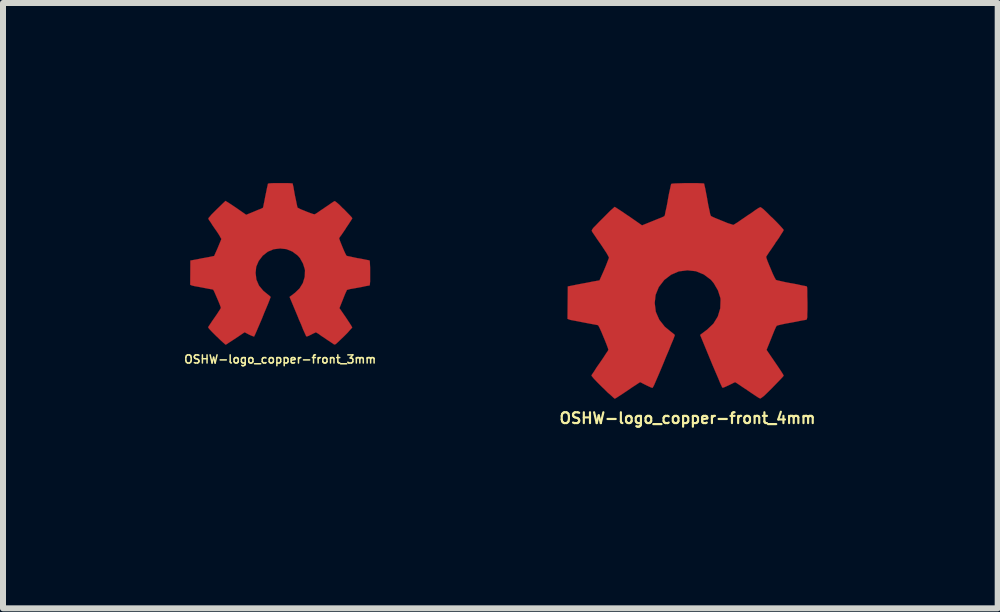
<source format=kicad_pcb>
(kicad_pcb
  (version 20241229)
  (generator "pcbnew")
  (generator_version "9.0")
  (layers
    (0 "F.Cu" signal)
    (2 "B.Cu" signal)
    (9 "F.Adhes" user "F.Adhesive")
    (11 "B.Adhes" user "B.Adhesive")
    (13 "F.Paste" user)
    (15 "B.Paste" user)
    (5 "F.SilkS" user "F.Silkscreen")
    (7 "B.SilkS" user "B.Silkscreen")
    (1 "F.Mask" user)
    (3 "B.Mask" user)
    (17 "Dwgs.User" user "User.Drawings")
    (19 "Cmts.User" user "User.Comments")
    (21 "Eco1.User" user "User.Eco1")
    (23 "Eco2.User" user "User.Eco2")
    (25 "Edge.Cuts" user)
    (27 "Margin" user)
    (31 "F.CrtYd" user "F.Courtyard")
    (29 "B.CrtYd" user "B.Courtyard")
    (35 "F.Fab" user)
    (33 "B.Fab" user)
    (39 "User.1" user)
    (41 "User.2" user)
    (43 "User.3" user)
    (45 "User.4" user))
  (footprint "OSHW-logo_copper-front_3mm"
    (layer "F.Cu")
    (at 1.618 1.347)
    (property "Reference" "OSHW-logo_copper-front_3mm" (at 0 1.59 0) (layer "F.SilkS") (effects (font (size 0.135 0.135) (thickness 0.025))))
    (attr through_hole)
    (fp_poly (pts (xy -0.909 1.346) (xy -0.892 1.339) (xy -0.859 1.316) (xy -0.808 1.283) (xy -0.749 1.245) (xy -0.688 1.204) (xy -0.64 1.171) (xy -0.605 1.148) (xy -0.592 1.14) (xy -0.584 1.143) (xy -0.556 1.158) (xy -0.516 1.179) (xy -0.49 1.191) (xy -0.452 1.206) (xy -0.434 1.212) (xy -0.432 1.206) (xy -0.417 1.176) (xy -0.396 1.128) (xy -0.368 1.062) (xy -0.335 0.986) (xy -0.3 0.904) (xy -0.267 0.82) (xy -0.234 0.742) (xy -0.203 0.668) (xy -0.18 0.61) (xy -0.165 0.569) (xy -0.157 0.551) (xy -0.16 0.549) (xy -0.178 0.531) (xy -0.211 0.505) (xy -0.282 0.447) (xy -0.353 0.361) (xy -0.396 0.262) (xy -0.409 0.15) (xy -0.399 0.048) (xy -0.358 -0.048) (xy -0.29 -0.137) (xy -0.206 -0.203) (xy -0.109 -0.244) (xy 0 -0.257) (xy 0.104 -0.246) (xy 0.203 -0.206) (xy 0.292 -0.14) (xy 0.33 -0.097) (xy 0.381 -0.005) (xy 0.411 0.089) (xy 0.414 0.112) (xy 0.409 0.218) (xy 0.378 0.32) (xy 0.323 0.409) (xy 0.246 0.483) (xy 0.236 0.49) (xy 0.201 0.518) (xy 0.175 0.536) (xy 0.157 0.551) (xy 0.292 0.874) (xy 0.312 0.925) (xy 0.351 1.013) (xy 0.381 1.09) (xy 0.409 1.151) (xy 0.427 1.191) (xy 0.434 1.206) (xy 0.447 1.209) (xy 0.47 1.201) (xy 0.516 1.179) (xy 0.546 1.163) (xy 0.579 1.148) (xy 0.594 1.14) (xy 0.61 1.148) (xy 0.643 1.168) (xy 0.688 1.201) (xy 0.747 1.24) (xy 0.803 1.278) (xy 0.853 1.311) (xy 0.889 1.336) (xy 0.907 1.344) (xy 0.909 1.344) (xy 0.927 1.336) (xy 0.955 1.311) (xy 0.998 1.27) (xy 1.062 1.209) (xy 1.072 1.199) (xy 1.123 1.148) (xy 1.163 1.102) (xy 1.191 1.072) (xy 1.201 1.059) (xy 1.191 1.041) (xy 1.168 1.003) (xy 1.135 0.953) (xy 1.095 0.892) (xy 0.988 0.737) (xy 1.046 0.592) (xy 1.064 0.546) (xy 1.087 0.49) (xy 1.105 0.452) (xy 1.113 0.434) (xy 1.13 0.429) (xy 1.168 0.419) (xy 1.227 0.409) (xy 1.298 0.396) (xy 1.364 0.384) (xy 1.422 0.371) (xy 1.466 0.363) (xy 1.486 0.361) (xy 1.491 0.356) (xy 1.494 0.348) (xy 1.496 0.328) (xy 1.499 0.29) (xy 1.499 0.234) (xy 1.499 0.15) (xy 1.499 0.142) (xy 1.499 0.064) (xy 1.496 0) (xy 1.494 -0.038) (xy 1.491 -0.056) (xy 1.473 -0.061) (xy 1.43 -0.069) (xy 1.372 -0.081) (xy 1.3 -0.094) (xy 1.295 -0.094) (xy 1.224 -0.109) (xy 1.166 -0.122) (xy 1.123 -0.13) (xy 1.105 -0.137) (xy 1.102 -0.142) (xy 1.087 -0.17) (xy 1.067 -0.213) (xy 1.044 -0.267) (xy 1.021 -0.323) (xy 1.001 -0.373) (xy 0.988 -0.409) (xy 0.983 -0.427) (xy 0.993 -0.445) (xy 1.019 -0.48) (xy 1.054 -0.531) (xy 1.095 -0.592) (xy 1.097 -0.597) (xy 1.138 -0.658) (xy 1.171 -0.709) (xy 1.194 -0.744) (xy 1.201 -0.759) (xy 1.201 -0.762) (xy 1.189 -0.78) (xy 1.158 -0.813) (xy 1.113 -0.859) (xy 1.062 -0.912) (xy 1.044 -0.927) (xy 0.986 -0.986) (xy 0.945 -1.021) (xy 0.919 -1.041) (xy 0.909 -1.046) (xy 0.907 -1.046) (xy 0.889 -1.036) (xy 0.851 -1.011) (xy 0.8 -0.975) (xy 0.739 -0.935) (xy 0.737 -0.932) (xy 0.676 -0.892) (xy 0.625 -0.856) (xy 0.589 -0.833) (xy 0.574 -0.826) (xy 0.572 -0.826) (xy 0.549 -0.831) (xy 0.505 -0.846) (xy 0.452 -0.866) (xy 0.396 -0.889) (xy 0.345 -0.909) (xy 0.31 -0.927) (xy 0.292 -0.937) (xy 0.29 -0.937) (xy 0.284 -0.96) (xy 0.274 -1.006) (xy 0.262 -1.067) (xy 0.246 -1.14) (xy 0.244 -1.151) (xy 0.231 -1.224) (xy 0.221 -1.283) (xy 0.211 -1.323) (xy 0.208 -1.341) (xy 0.198 -1.341) (xy 0.163 -1.344) (xy 0.109 -1.346) (xy 0.043 -1.346) (xy -0.023 -1.346) (xy -0.089 -1.346) (xy -0.145 -1.344) (xy -0.185 -1.341) (xy -0.203 -1.336) (xy -0.208 -1.313) (xy -0.218 -1.27) (xy -0.231 -1.206) (xy -0.246 -1.133) (xy -0.249 -1.12) (xy -0.262 -1.049) (xy -0.274 -0.991) (xy -0.282 -0.95) (xy -0.287 -0.935) (xy -0.292 -0.932) (xy -0.323 -0.917) (xy -0.371 -0.899) (xy -0.429 -0.874) (xy -0.566 -0.818) (xy -0.734 -0.935) (xy -0.749 -0.945) (xy -0.81 -0.986) (xy -0.861 -1.019) (xy -0.897 -1.041) (xy -0.909 -1.049) (xy -0.912 -1.049) (xy -0.927 -1.034) (xy -0.96 -1.003) (xy -1.006 -0.958) (xy -1.059 -0.907) (xy -1.1 -0.866) (xy -1.146 -0.82) (xy -1.173 -0.787) (xy -1.191 -0.767) (xy -1.196 -0.754) (xy -1.194 -0.747) (xy -1.184 -0.729) (xy -1.158 -0.693) (xy -1.125 -0.64) (xy -1.085 -0.582) (xy -1.049 -0.531) (xy -1.013 -0.475) (xy -0.991 -0.434) (xy -0.98 -0.417) (xy -0.983 -0.406) (xy -0.996 -0.373) (xy -1.016 -0.325) (xy -1.041 -0.264) (xy -1.1 -0.132) (xy -1.186 -0.114) (xy -1.24 -0.104) (xy -1.313 -0.091) (xy -1.384 -0.076) (xy -1.496 -0.056) (xy -1.499 0.348) (xy -1.481 0.356) (xy -1.466 0.361) (xy -1.425 0.371) (xy -1.367 0.381) (xy -1.298 0.394) (xy -1.237 0.406) (xy -1.179 0.417) (xy -1.135 0.424) (xy -1.118 0.429) (xy -1.113 0.434) (xy -1.097 0.465) (xy -1.077 0.511) (xy -1.054 0.564) (xy -1.029 0.622) (xy -1.008 0.673) (xy -0.993 0.714) (xy -0.988 0.734) (xy -0.996 0.749) (xy -1.019 0.785) (xy -1.052 0.836) (xy -1.092 0.894) (xy -1.133 0.953) (xy -1.166 1.003) (xy -1.191 1.039) (xy -1.199 1.057) (xy -1.194 1.067) (xy -1.171 1.095) (xy -1.128 1.14) (xy -1.062 1.206) (xy -1.049 1.217) (xy -0.998 1.267) (xy -0.953 1.308) (xy -0.922 1.336) (xy -0.909 1.346)) (stroke (width 0.003) (type solid)) (fill yes) (layer "F.Cu")))
  (footprint "OSHW-logo_copper-front_4mm"
    (layer "F.Cu")
    (at 8.405 1.797)
    (property "Reference" "OSHW-logo_copper-front_4mm" (at 0 2.121 0) (layer "F.SilkS") (effects (font (size 0.18 0.18) (thickness 0.036))))
    (attr through_hole)
    (fp_poly (pts (xy -1.212 1.796) (xy -1.191 1.786) (xy -1.143 1.755) (xy -1.077 1.712) (xy -0.998 1.659) (xy -0.919 1.605) (xy -0.853 1.562) (xy -0.808 1.532) (xy -0.79 1.521) (xy -0.78 1.524) (xy -0.742 1.544) (xy -0.686 1.572) (xy -0.655 1.587) (xy -0.605 1.61) (xy -0.579 1.615) (xy -0.577 1.608) (xy -0.556 1.57) (xy -0.528 1.504) (xy -0.49 1.417) (xy -0.447 1.316) (xy -0.401 1.206) (xy -0.356 1.095) (xy -0.31 0.988) (xy -0.272 0.892) (xy -0.239 0.815) (xy -0.218 0.759) (xy -0.211 0.737) (xy -0.213 0.732) (xy -0.239 0.709) (xy -0.282 0.676) (xy -0.378 0.597) (xy -0.47 0.48) (xy -0.528 0.348) (xy -0.546 0.201) (xy -0.531 0.066) (xy -0.478 -0.064) (xy -0.386 -0.183) (xy -0.274 -0.269) (xy -0.145 -0.325) (xy 0 -0.343) (xy 0.14 -0.328) (xy 0.272 -0.274) (xy 0.391 -0.185) (xy 0.439 -0.127) (xy 0.508 -0.008) (xy 0.549 0.119) (xy 0.551 0.15) (xy 0.546 0.292) (xy 0.505 0.427) (xy 0.432 0.546) (xy 0.328 0.645) (xy 0.315 0.655) (xy 0.267 0.691) (xy 0.236 0.714) (xy 0.211 0.734) (xy 0.389 1.166) (xy 0.417 1.234) (xy 0.467 1.351) (xy 0.511 1.453) (xy 0.544 1.534) (xy 0.569 1.587) (xy 0.579 1.61) (xy 0.594 1.613) (xy 0.627 1.6) (xy 0.688 1.572) (xy 0.729 1.552) (xy 0.775 1.529) (xy 0.795 1.521) (xy 0.813 1.532) (xy 0.856 1.56) (xy 0.919 1.603) (xy 0.996 1.654) (xy 1.069 1.704) (xy 1.138 1.75) (xy 1.186 1.781) (xy 1.212 1.793) (xy 1.214 1.793) (xy 1.234 1.781) (xy 1.275 1.75) (xy 1.333 1.694) (xy 1.415 1.613) (xy 1.427 1.6) (xy 1.496 1.529) (xy 1.552 1.471) (xy 1.59 1.43) (xy 1.603 1.412) (xy 1.59 1.387) (xy 1.56 1.339) (xy 1.514 1.27) (xy 1.46 1.191) (xy 1.318 0.983) (xy 1.397 0.787) (xy 1.42 0.729) (xy 1.45 0.655) (xy 1.473 0.605) (xy 1.486 0.582) (xy 1.506 0.574) (xy 1.56 0.561) (xy 1.638 0.544) (xy 1.73 0.528) (xy 1.819 0.511) (xy 1.897 0.495) (xy 1.956 0.485) (xy 1.981 0.48) (xy 1.986 0.475) (xy 1.991 0.462) (xy 1.996 0.437) (xy 1.996 0.389) (xy 1.999 0.312) (xy 1.999 0.201) (xy 1.999 0.191) (xy 1.996 0.084) (xy 1.996 0) (xy 1.994 -0.053) (xy 1.989 -0.074) (xy 1.963 -0.081) (xy 1.908 -0.091) (xy 1.829 -0.109) (xy 1.732 -0.127) (xy 1.727 -0.127) (xy 1.633 -0.145) (xy 1.554 -0.163) (xy 1.499 -0.175) (xy 1.476 -0.183) (xy 1.471 -0.188) (xy 1.45 -0.226) (xy 1.422 -0.284) (xy 1.392 -0.356) (xy 1.361 -0.429) (xy 1.333 -0.498) (xy 1.316 -0.546) (xy 1.311 -0.569) (xy 1.326 -0.592) (xy 1.359 -0.643) (xy 1.405 -0.709) (xy 1.46 -0.79) (xy 1.463 -0.798) (xy 1.519 -0.876) (xy 1.562 -0.945) (xy 1.593 -0.993) (xy 1.603 -1.013) (xy 1.603 -1.016) (xy 1.585 -1.039) (xy 1.544 -1.085) (xy 1.486 -1.146) (xy 1.415 -1.217) (xy 1.392 -1.237) (xy 1.316 -1.313) (xy 1.262 -1.364) (xy 1.227 -1.389) (xy 1.212 -1.397) (xy 1.212 -1.394) (xy 1.186 -1.382) (xy 1.135 -1.349) (xy 1.067 -1.3) (xy 0.986 -1.247) (xy 0.98 -1.242) (xy 0.902 -1.189) (xy 0.836 -1.143) (xy 0.787 -1.113) (xy 0.767 -1.1) (xy 0.762 -1.1) (xy 0.732 -1.11) (xy 0.673 -1.128) (xy 0.605 -1.156) (xy 0.531 -1.186) (xy 0.462 -1.214) (xy 0.411 -1.237) (xy 0.389 -1.25) (xy 0.389 -1.252) (xy 0.378 -1.28) (xy 0.366 -1.341) (xy 0.348 -1.422) (xy 0.33 -1.521) (xy 0.328 -1.537) (xy 0.31 -1.631) (xy 0.295 -1.709) (xy 0.282 -1.765) (xy 0.277 -1.788) (xy 0.264 -1.791) (xy 0.216 -1.793) (xy 0.145 -1.796) (xy 0.058 -1.796) (xy -0.03 -1.796) (xy -0.117 -1.793) (xy -0.193 -1.791) (xy -0.246 -1.788) (xy -0.269 -1.783) (xy -0.272 -1.781) (xy -0.279 -1.753) (xy -0.292 -1.692) (xy -0.31 -1.61) (xy -0.328 -1.511) (xy -0.33 -1.494) (xy -0.348 -1.4) (xy -0.366 -1.321) (xy -0.376 -1.267) (xy -0.384 -1.247) (xy -0.391 -1.242) (xy -0.429 -1.224) (xy -0.493 -1.199) (xy -0.574 -1.166) (xy -0.757 -1.092) (xy -0.98 -1.247) (xy -1.001 -1.26) (xy -1.082 -1.316) (xy -1.148 -1.359) (xy -1.194 -1.389) (xy -1.214 -1.4) (xy -1.237 -1.379) (xy -1.283 -1.339) (xy -1.344 -1.278) (xy -1.412 -1.209) (xy -1.466 -1.156) (xy -1.527 -1.092) (xy -1.567 -1.052) (xy -1.587 -1.024) (xy -1.595 -1.006) (xy -1.593 -0.996) (xy -1.58 -0.973) (xy -1.547 -0.925) (xy -1.501 -0.856) (xy -1.445 -0.777) (xy -1.4 -0.709) (xy -1.351 -0.635) (xy -1.321 -0.582) (xy -1.308 -0.554) (xy -1.311 -0.544) (xy -1.328 -0.5) (xy -1.354 -0.432) (xy -1.387 -0.353) (xy -1.466 -0.175) (xy -1.582 -0.155) (xy -1.654 -0.14) (xy -1.753 -0.122) (xy -1.847 -0.104) (xy -1.994 -0.074) (xy -1.999 0.465) (xy -1.976 0.475) (xy -1.953 0.483) (xy -1.9 0.493) (xy -1.821 0.508) (xy -1.73 0.526) (xy -1.651 0.541) (xy -1.572 0.556) (xy -1.516 0.566) (xy -1.491 0.572) (xy -1.483 0.582) (xy -1.463 0.62) (xy -1.435 0.681) (xy -1.405 0.754) (xy -1.374 0.828) (xy -1.346 0.899) (xy -1.326 0.953) (xy -1.318 0.98) (xy -1.328 1.001) (xy -1.359 1.046) (xy -1.402 1.113) (xy -1.455 1.191) (xy -1.511 1.27) (xy -1.554 1.339) (xy -1.587 1.387) (xy -1.6 1.407) (xy -1.593 1.422) (xy -1.562 1.46) (xy -1.504 1.521) (xy -1.415 1.61) (xy -1.4 1.623) (xy -1.331 1.692) (xy -1.27 1.745) (xy -1.229 1.783) (xy -1.212 1.796)) (stroke (width 0.003) (type solid)) (fill yes) (layer "F.Cu")))
  (gr_rect
    (start -3 -3)
    (end 13.574 7.086)
    (stroke (width 0.1) (type default))
    (fill no)
    (layer "Edge.Cuts")))
</source>
